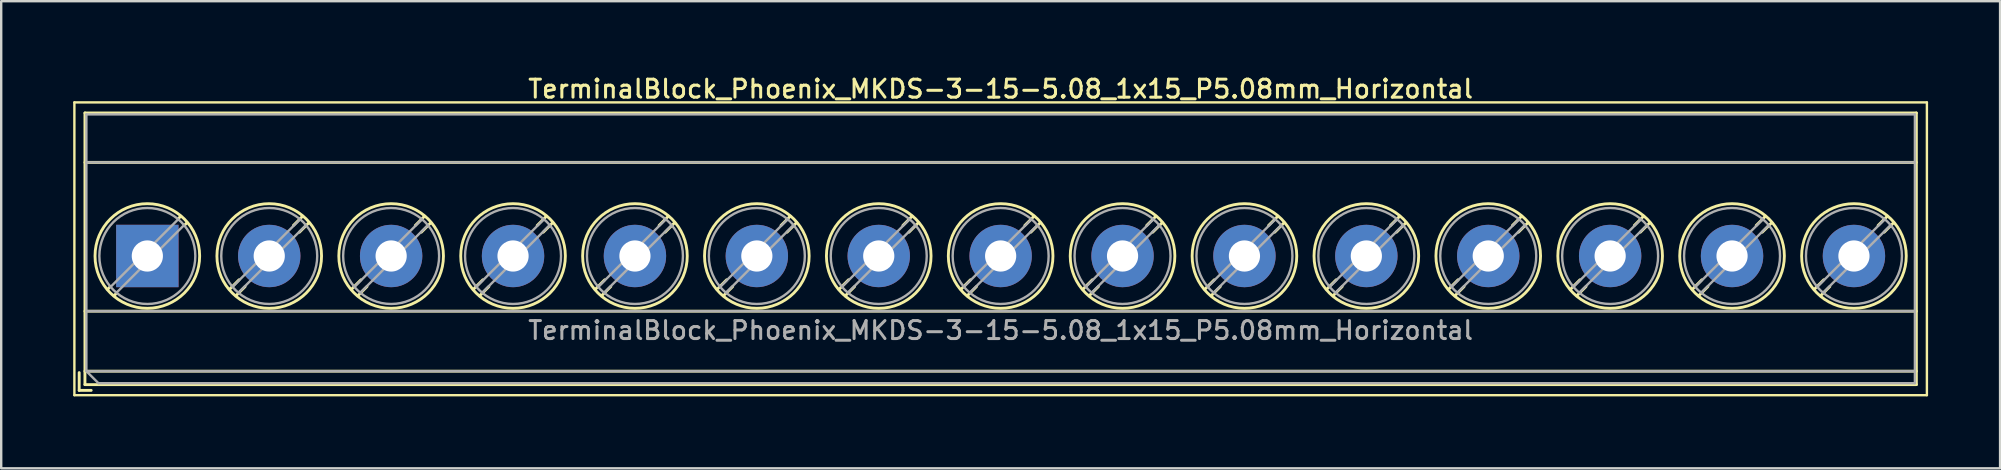
<source format=kicad_pcb>
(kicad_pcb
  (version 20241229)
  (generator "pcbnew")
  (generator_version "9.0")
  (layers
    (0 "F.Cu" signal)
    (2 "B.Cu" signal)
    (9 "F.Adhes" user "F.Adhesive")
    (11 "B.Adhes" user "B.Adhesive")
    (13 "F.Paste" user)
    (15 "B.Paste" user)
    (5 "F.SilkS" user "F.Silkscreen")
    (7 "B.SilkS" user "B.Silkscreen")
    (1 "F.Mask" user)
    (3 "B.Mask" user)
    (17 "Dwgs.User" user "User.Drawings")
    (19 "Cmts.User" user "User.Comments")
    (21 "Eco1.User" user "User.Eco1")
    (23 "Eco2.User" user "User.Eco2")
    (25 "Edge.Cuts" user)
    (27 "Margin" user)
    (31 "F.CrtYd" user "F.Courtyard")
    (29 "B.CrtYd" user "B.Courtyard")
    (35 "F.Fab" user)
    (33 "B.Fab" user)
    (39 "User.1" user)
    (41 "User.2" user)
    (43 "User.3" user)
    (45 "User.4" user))
  (footprint "TerminalBlock_Phoenix_MKDS-3-15-5.08_1x15_P5.08mm_Horizontal"
    (layer "F.Cu")
    (at 3.09 7.618)
    (property "Reference" "TerminalBlock_Phoenix_MKDS-3-15-5.08_1x15_P5.08mm_Horizontal" (at 35.56 -6.96 0) (layer "F.SilkS") (effects (font (size 0.75 0.75) (thickness 0.125))))
    (attr through_hole)
    (fp_line (start -3.04 -6.4) (end -3.04 5.8) (stroke (width 0.1) (type solid)) (layer "F.SilkS"))
    (fp_line (start -3.04 5.8) (end 74.16 5.8) (stroke (width 0.1) (type solid)) (layer "F.SilkS"))
    (fp_line (start -2.84 4.86) (end -2.84 5.6) (stroke (width 0.12) (type solid)) (layer "F.SilkS"))
    (fp_line (start -2.84 5.6) (end -2.34 5.6) (stroke (width 0.12) (type solid)) (layer "F.SilkS"))
    (fp_line (start -2.6 -5.96) (end -2.6 5.36) (stroke (width 0.12) (type solid)) (layer "F.SilkS"))
    (fp_line (start -2.6 -5.96) (end 73.721 -5.96) (stroke (width 0.12) (type solid)) (layer "F.SilkS"))
    (fp_line (start -2.6 -3.9) (end 73.721 -3.9) (stroke (width 0.12) (type solid)) (layer "F.SilkS"))
    (fp_line (start -2.6 2.3) (end 73.721 2.3) (stroke (width 0.12) (type solid)) (layer "F.SilkS"))
    (fp_line (start -2.6 4.8) (end 73.721 4.8) (stroke (width 0.12) (type solid)) (layer "F.SilkS"))
    (fp_line (start -2.6 5.36) (end 73.721 5.36) (stroke (width 0.12) (type solid)) (layer "F.SilkS"))
    (fp_line (start -1.548 1.281) (end -1.654 1.388) (stroke (width 0.12) (type solid)) (layer "F.SilkS"))
    (fp_line (start -1.282 1.547) (end -1.388 1.654) (stroke (width 0.12) (type solid)) (layer "F.SilkS"))
    (fp_line (start 1.388 -1.654) (end 1.281 -1.547) (stroke (width 0.12) (type solid)) (layer "F.SilkS"))
    (fp_line (start 1.654 -1.388) (end 1.547 -1.281) (stroke (width 0.12) (type solid)) (layer "F.SilkS"))
    (fp_line (start 3.822 0.992) (end 3.427 1.388) (stroke (width 0.12) (type solid)) (layer "F.SilkS"))
    (fp_line (start 4.073 1.274) (end 3.693 1.654) (stroke (width 0.12) (type solid)) (layer "F.SilkS"))
    (fp_line (start 6.468 -1.654) (end 6.088 -1.274) (stroke (width 0.12) (type solid)) (layer "F.SilkS"))
    (fp_line (start 6.734 -1.388) (end 6.339 -0.992) (stroke (width 0.12) (type solid)) (layer "F.SilkS"))
    (fp_line (start 8.902 0.992) (end 8.507 1.388) (stroke (width 0.12) (type solid)) (layer "F.SilkS"))
    (fp_line (start 9.153 1.274) (end 8.773 1.654) (stroke (width 0.12) (type solid)) (layer "F.SilkS"))
    (fp_line (start 11.548 -1.654) (end 11.168 -1.274) (stroke (width 0.12) (type solid)) (layer "F.SilkS"))
    (fp_line (start 11.814 -1.388) (end 11.419 -0.992) (stroke (width 0.12) (type solid)) (layer "F.SilkS"))
    (fp_line (start 13.982 0.992) (end 13.587 1.388) (stroke (width 0.12) (type solid)) (layer "F.SilkS"))
    (fp_line (start 14.233 1.274) (end 13.853 1.654) (stroke (width 0.12) (type solid)) (layer "F.SilkS"))
    (fp_line (start 16.628 -1.654) (end 16.248 -1.274) (stroke (width 0.12) (type solid)) (layer "F.SilkS"))
    (fp_line (start 16.894 -1.388) (end 16.499 -0.992) (stroke (width 0.12) (type solid)) (layer "F.SilkS"))
    (fp_line (start 19.062 0.992) (end 18.667 1.388) (stroke (width 0.12) (type solid)) (layer "F.SilkS"))
    (fp_line (start 19.313 1.274) (end 18.933 1.654) (stroke (width 0.12) (type solid)) (layer "F.SilkS"))
    (fp_line (start 21.708 -1.654) (end 21.328 -1.274) (stroke (width 0.12) (type solid)) (layer "F.SilkS"))
    (fp_line (start 21.974 -1.388) (end 21.579 -0.992) (stroke (width 0.12) (type solid)) (layer "F.SilkS"))
    (fp_line (start 24.142 0.992) (end 23.747 1.388) (stroke (width 0.12) (type solid)) (layer "F.SilkS"))
    (fp_line (start 24.393 1.274) (end 24.013 1.654) (stroke (width 0.12) (type solid)) (layer "F.SilkS"))
    (fp_line (start 26.788 -1.654) (end 26.408 -1.274) (stroke (width 0.12) (type solid)) (layer "F.SilkS"))
    (fp_line (start 27.054 -1.388) (end 26.659 -0.992) (stroke (width 0.12) (type solid)) (layer "F.SilkS"))
    (fp_line (start 29.222 0.992) (end 28.827 1.388) (stroke (width 0.12) (type solid)) (layer "F.SilkS"))
    (fp_line (start 29.473 1.274) (end 29.093 1.654) (stroke (width 0.12) (type solid)) (layer "F.SilkS"))
    (fp_line (start 31.868 -1.654) (end 31.488 -1.274) (stroke (width 0.12) (type solid)) (layer "F.SilkS"))
    (fp_line (start 32.134 -1.388) (end 31.739 -0.992) (stroke (width 0.12) (type solid)) (layer "F.SilkS"))
    (fp_line (start 34.302 0.992) (end 33.907 1.388) (stroke (width 0.12) (type solid)) (layer "F.SilkS"))
    (fp_line (start 34.553 1.274) (end 34.173 1.654) (stroke (width 0.12) (type solid)) (layer "F.SilkS"))
    (fp_line (start 36.948 -1.654) (end 36.568 -1.274) (stroke (width 0.12) (type solid)) (layer "F.SilkS"))
    (fp_line (start 37.214 -1.388) (end 36.819 -0.992) (stroke (width 0.12) (type solid)) (layer "F.SilkS"))
    (fp_line (start 39.382 0.992) (end 38.987 1.388) (stroke (width 0.12) (type solid)) (layer "F.SilkS"))
    (fp_line (start 39.633 1.274) (end 39.253 1.654) (stroke (width 0.12) (type solid)) (layer "F.SilkS"))
    (fp_line (start 42.028 -1.654) (end 41.648 -1.274) (stroke (width 0.12) (type solid)) (layer "F.SilkS"))
    (fp_line (start 42.294 -1.388) (end 41.899 -0.992) (stroke (width 0.12) (type solid)) (layer "F.SilkS"))
    (fp_line (start 44.462 0.992) (end 44.067 1.388) (stroke (width 0.12) (type solid)) (layer "F.SilkS"))
    (fp_line (start 44.713 1.274) (end 44.333 1.654) (stroke (width 0.12) (type solid)) (layer "F.SilkS"))
    (fp_line (start 47.108 -1.654) (end 46.728 -1.274) (stroke (width 0.12) (type solid)) (layer "F.SilkS"))
    (fp_line (start 47.374 -1.388) (end 46.979 -0.992) (stroke (width 0.12) (type solid)) (layer "F.SilkS"))
    (fp_line (start 49.542 0.992) (end 49.147 1.388) (stroke (width 0.12) (type solid)) (layer "F.SilkS"))
    (fp_line (start 49.793 1.274) (end 49.413 1.654) (stroke (width 0.12) (type solid)) (layer "F.SilkS"))
    (fp_line (start 52.188 -1.654) (end 51.808 -1.274) (stroke (width 0.12) (type solid)) (layer "F.SilkS"))
    (fp_line (start 52.454 -1.388) (end 52.059 -0.992) (stroke (width 0.12) (type solid)) (layer "F.SilkS"))
    (fp_line (start 54.622 0.992) (end 54.227 1.388) (stroke (width 0.12) (type solid)) (layer "F.SilkS"))
    (fp_line (start 54.873 1.274) (end 54.493 1.654) (stroke (width 0.12) (type solid)) (layer "F.SilkS"))
    (fp_line (start 57.268 -1.654) (end 56.888 -1.274) (stroke (width 0.12) (type solid)) (layer "F.SilkS"))
    (fp_line (start 57.534 -1.388) (end 57.139 -0.992) (stroke (width 0.12) (type solid)) (layer "F.SilkS"))
    (fp_line (start 59.702 0.992) (end 59.307 1.388) (stroke (width 0.12) (type solid)) (layer "F.SilkS"))
    (fp_line (start 59.953 1.274) (end 59.573 1.654) (stroke (width 0.12) (type solid)) (layer "F.SilkS"))
    (fp_line (start 62.348 -1.654) (end 61.968 -1.274) (stroke (width 0.12) (type solid)) (layer "F.SilkS"))
    (fp_line (start 62.614 -1.388) (end 62.219 -0.992) (stroke (width 0.12) (type solid)) (layer "F.SilkS"))
    (fp_line (start 64.782 0.992) (end 64.387 1.388) (stroke (width 0.12) (type solid)) (layer "F.SilkS"))
    (fp_line (start 65.033 1.274) (end 64.653 1.654) (stroke (width 0.12) (type solid)) (layer "F.SilkS"))
    (fp_line (start 67.428 -1.654) (end 67.048 -1.274) (stroke (width 0.12) (type solid)) (layer "F.SilkS"))
    (fp_line (start 67.694 -1.388) (end 67.299 -0.992) (stroke (width 0.12) (type solid)) (layer "F.SilkS"))
    (fp_line (start 69.862 0.992) (end 69.467 1.388) (stroke (width 0.12) (type solid)) (layer "F.SilkS"))
    (fp_line (start 70.113 1.274) (end 69.733 1.654) (stroke (width 0.12) (type solid)) (layer "F.SilkS"))
    (fp_line (start 72.508 -1.654) (end 72.128 -1.274) (stroke (width 0.12) (type solid)) (layer "F.SilkS"))
    (fp_line (start 72.774 -1.388) (end 72.379 -0.992) (stroke (width 0.12) (type solid)) (layer "F.SilkS"))
    (fp_line (start 73.721 -5.96) (end 73.721 5.36) (stroke (width 0.12) (type solid)) (layer "F.SilkS"))
    (fp_line (start 74.16 -6.4) (end -3.04 -6.4) (stroke (width 0.1) (type solid)) (layer "F.SilkS"))
    (fp_line (start 74.16 5.8) (end 74.16 -6.4) (stroke (width 0.1) (type solid)) (layer "F.SilkS"))
    (fp_circle (center 0 0) (end 2.18 0) (stroke (width 0.12) (type solid)) (fill no) (layer "F.SilkS"))
    (fp_circle (center 5.08 0) (end 7.26 0) (stroke (width 0.12) (type solid)) (fill no) (layer "F.SilkS"))
    (fp_circle (center 10.16 0) (end 12.34 0) (stroke (width 0.12) (type solid)) (fill no) (layer "F.SilkS"))
    (fp_circle (center 15.24 0) (end 17.42 0) (stroke (width 0.12) (type solid)) (fill no) (layer "F.SilkS"))
    (fp_circle (center 20.32 0) (end 22.5 0) (stroke (width 0.12) (type solid)) (fill no) (layer "F.SilkS"))
    (fp_circle (center 25.4 0) (end 27.58 0) (stroke (width 0.12) (type solid)) (fill no) (layer "F.SilkS"))
    (fp_circle (center 30.48 0) (end 32.66 0) (stroke (width 0.12) (type solid)) (fill no) (layer "F.SilkS"))
    (fp_circle (center 35.56 0) (end 37.74 0) (stroke (width 0.12) (type solid)) (fill no) (layer "F.SilkS"))
    (fp_circle (center 40.64 0) (end 42.82 0) (stroke (width 0.12) (type solid)) (fill no) (layer "F.SilkS"))
    (fp_circle (center 45.72 0) (end 47.9 0) (stroke (width 0.12) (type solid)) (fill no) (layer "F.SilkS"))
    (fp_circle (center 50.8 0) (end 52.98 0) (stroke (width 0.12) (type solid)) (fill no) (layer "F.SilkS"))
    (fp_circle (center 55.88 0) (end 58.06 0) (stroke (width 0.12) (type solid)) (fill no) (layer "F.SilkS"))
    (fp_circle (center 60.96 0) (end 63.14 0) (stroke (width 0.12) (type solid)) (fill no) (layer "F.SilkS"))
    (fp_circle (center 66.04 0) (end 68.22 0) (stroke (width 0.12) (type solid)) (fill no) (layer "F.SilkS"))
    (fp_circle (center 71.12 0) (end 73.3 0) (stroke (width 0.12) (type solid)) (fill no) (layer "F.SilkS"))
    (fp_line (start -2.54 -5.9) (end 73.66 -5.9) (stroke (width 0.1) (type solid)) (layer "F.Fab"))
    (fp_line (start -2.54 -3.9) (end 73.66 -3.9) (stroke (width 0.1) (type solid)) (layer "F.Fab"))
    (fp_line (start -2.54 2.3) (end 73.66 2.3) (stroke (width 0.1) (type solid)) (layer "F.Fab"))
    (fp_line (start -2.54 4.8) (end -2.54 -5.9) (stroke (width 0.1) (type solid)) (layer "F.Fab"))
    (fp_line (start -2.54 4.8) (end 73.66 4.8) (stroke (width 0.1) (type solid)) (layer "F.Fab"))
    (fp_line (start -2.04 5.3) (end -2.54 4.8) (stroke (width 0.1) (type solid)) (layer "F.Fab"))
    (fp_line (start 1.273 -1.517) (end -1.517 1.273) (stroke (width 0.1) (type solid)) (layer "F.Fab"))
    (fp_line (start 1.517 -1.273) (end -1.273 1.517) (stroke (width 0.1) (type solid)) (layer "F.Fab"))
    (fp_line (start 6.353 -1.517) (end 3.564 1.273) (stroke (width 0.1) (type solid)) (layer "F.Fab"))
    (fp_line (start 6.597 -1.273) (end 3.808 1.517) (stroke (width 0.1) (type solid)) (layer "F.Fab"))
    (fp_line (start 11.433 -1.517) (end 8.644 1.273) (stroke (width 0.1) (type solid)) (layer "F.Fab"))
    (fp_line (start 11.677 -1.273) (end 8.888 1.517) (stroke (width 0.1) (type solid)) (layer "F.Fab"))
    (fp_line (start 16.513 -1.517) (end 13.724 1.273) (stroke (width 0.1) (type solid)) (layer "F.Fab"))
    (fp_line (start 16.757 -1.273) (end 13.968 1.517) (stroke (width 0.1) (type solid)) (layer "F.Fab"))
    (fp_line (start 21.593 -1.517) (end 18.804 1.273) (stroke (width 0.1) (type solid)) (layer "F.Fab"))
    (fp_line (start 21.837 -1.273) (end 19.048 1.517) (stroke (width 0.1) (type solid)) (layer "F.Fab"))
    (fp_line (start 26.673 -1.517) (end 23.884 1.273) (stroke (width 0.1) (type solid)) (layer "F.Fab"))
    (fp_line (start 26.917 -1.273) (end 24.128 1.517) (stroke (width 0.1) (type solid)) (layer "F.Fab"))
    (fp_line (start 31.753 -1.517) (end 28.964 1.273) (stroke (width 0.1) (type solid)) (layer "F.Fab"))
    (fp_line (start 31.997 -1.273) (end 29.208 1.517) (stroke (width 0.1) (type solid)) (layer "F.Fab"))
    (fp_line (start 36.833 -1.517) (end 34.044 1.273) (stroke (width 0.1) (type solid)) (layer "F.Fab"))
    (fp_line (start 37.077 -1.273) (end 34.288 1.517) (stroke (width 0.1) (type solid)) (layer "F.Fab"))
    (fp_line (start 41.913 -1.517) (end 39.124 1.273) (stroke (width 0.1) (type solid)) (layer "F.Fab"))
    (fp_line (start 42.157 -1.273) (end 39.368 1.517) (stroke (width 0.1) (type solid)) (layer "F.Fab"))
    (fp_line (start 46.993 -1.517) (end 44.204 1.273) (stroke (width 0.1) (type solid)) (layer "F.Fab"))
    (fp_line (start 47.237 -1.273) (end 44.448 1.517) (stroke (width 0.1) (type solid)) (layer "F.Fab"))
    (fp_line (start 52.073 -1.517) (end 49.284 1.273) (stroke (width 0.1) (type solid)) (layer "F.Fab"))
    (fp_line (start 52.317 -1.273) (end 49.528 1.517) (stroke (width 0.1) (type solid)) (layer "F.Fab"))
    (fp_line (start 57.153 -1.517) (end 54.364 1.273) (stroke (width 0.1) (type solid)) (layer "F.Fab"))
    (fp_line (start 57.397 -1.273) (end 54.608 1.517) (stroke (width 0.1) (type solid)) (layer "F.Fab"))
    (fp_line (start 62.233 -1.517) (end 59.444 1.273) (stroke (width 0.1) (type solid)) (layer "F.Fab"))
    (fp_line (start 62.477 -1.273) (end 59.688 1.517) (stroke (width 0.1) (type solid)) (layer "F.Fab"))
    (fp_line (start 67.313 -1.517) (end 64.524 1.273) (stroke (width 0.1) (type solid)) (layer "F.Fab"))
    (fp_line (start 67.557 -1.273) (end 64.768 1.517) (stroke (width 0.1) (type solid)) (layer "F.Fab"))
    (fp_line (start 72.393 -1.517) (end 69.604 1.273) (stroke (width 0.1) (type solid)) (layer "F.Fab"))
    (fp_line (start 72.637 -1.273) (end 69.848 1.517) (stroke (width 0.1) (type solid)) (layer "F.Fab"))
    (fp_line (start 73.66 -5.9) (end 73.66 5.3) (stroke (width 0.1) (type solid)) (layer "F.Fab"))
    (fp_line (start 73.66 5.3) (end -2.04 5.3) (stroke (width 0.1) (type solid)) (layer "F.Fab"))
    (fp_circle (center 0 0) (end 2 0) (stroke (width 0.1) (type solid)) (fill no) (layer "F.Fab"))
    (fp_circle (center 5.08 0) (end 7.08 0) (stroke (width 0.1) (type solid)) (fill no) (layer "F.Fab"))
    (fp_circle (center 10.16 0) (end 12.16 0) (stroke (width 0.1) (type solid)) (fill no) (layer "F.Fab"))
    (fp_circle (center 15.24 0) (end 17.24 0) (stroke (width 0.1) (type solid)) (fill no) (layer "F.Fab"))
    (fp_circle (center 20.32 0) (end 22.32 0) (stroke (width 0.1) (type solid)) (fill no) (layer "F.Fab"))
    (fp_circle (center 25.4 0) (end 27.4 0) (stroke (width 0.1) (type solid)) (fill no) (layer "F.Fab"))
    (fp_circle (center 30.48 0) (end 32.48 0) (stroke (width 0.1) (type solid)) (fill no) (layer "F.Fab"))
    (fp_circle (center 35.56 0) (end 37.56 0) (stroke (width 0.1) (type solid)) (fill no) (layer "F.Fab"))
    (fp_circle (center 40.64 0) (end 42.64 0) (stroke (width 0.1) (type solid)) (fill no) (layer "F.Fab"))
    (fp_circle (center 45.72 0) (end 47.72 0) (stroke (width 0.1) (type solid)) (fill no) (layer "F.Fab"))
    (fp_circle (center 50.8 0) (end 52.8 0) (stroke (width 0.1) (type solid)) (fill no) (layer "F.Fab"))
    (fp_circle (center 55.88 0) (end 57.88 0) (stroke (width 0.1) (type solid)) (fill no) (layer "F.Fab"))
    (fp_circle (center 60.96 0) (end 62.96 0) (stroke (width 0.1) (type solid)) (fill no) (layer "F.Fab"))
    (fp_circle (center 66.04 0) (end 68.04 0) (stroke (width 0.1) (type solid)) (fill no) (layer "F.Fab"))
    (fp_circle (center 71.12 0) (end 73.12 0) (stroke (width 0.1) (type solid)) (fill no) (layer "F.Fab"))
    (fp_text user "${REFERENCE}" (at 35.56 3.1 0) (layer "F.Fab") (effects (font (size 0.75 0.75) (thickness 0.125))))
    (pad "1" thru_hole rect (at 0 0) (size 2.6 2.6) (drill 1.3) (layers "*.Cu" "*.Mask"))
    (pad "2" thru_hole circle (at 5.08 0) (size 2.6 2.6) (drill 1.3) (layers "*.Cu" "*.Mask"))
    (pad "3" thru_hole circle (at 10.16 0) (size 2.6 2.6) (drill 1.3) (layers "*.Cu" "*.Mask"))
    (pad "4" thru_hole circle (at 15.24 0) (size 2.6 2.6) (drill 1.3) (layers "*.Cu" "*.Mask"))
    (pad "5" thru_hole circle (at 20.32 0) (size 2.6 2.6) (drill 1.3) (layers "*.Cu" "*.Mask"))
    (pad "6" thru_hole circle (at 25.4 0) (size 2.6 2.6) (drill 1.3) (layers "*.Cu" "*.Mask"))
    (pad "7" thru_hole circle (at 30.48 0) (size 2.6 2.6) (drill 1.3) (layers "*.Cu" "*.Mask"))
    (pad "8" thru_hole circle (at 35.56 0) (size 2.6 2.6) (drill 1.3) (layers "*.Cu" "*.Mask"))
    (pad "9" thru_hole circle (at 40.64 0) (size 2.6 2.6) (drill 1.3) (layers "*.Cu" "*.Mask"))
    (pad "10" thru_hole circle (at 45.72 0) (size 2.6 2.6) (drill 1.3) (layers "*.Cu" "*.Mask"))
    (pad "11" thru_hole circle (at 50.8 0) (size 2.6 2.6) (drill 1.3) (layers "*.Cu" "*.Mask"))
    (pad "12" thru_hole circle (at 55.88 0) (size 2.6 2.6) (drill 1.3) (layers "*.Cu" "*.Mask"))
    (pad "13" thru_hole circle (at 60.96 0) (size 2.6 2.6) (drill 1.3) (layers "*.Cu" "*.Mask"))
    (pad "14" thru_hole circle (at 66.04 0) (size 2.6 2.6) (drill 1.3) (layers "*.Cu" "*.Mask"))
    (pad "15" thru_hole circle (at 71.12 0) (size 2.6 2.6) (drill 1.3) (layers "*.Cu" "*.Mask")))
  (gr_rect
    (start -3 -3)
    (end 80.3 16.468)
    (stroke (width 0.1) (type default))
    (fill no)
    (layer "Edge.Cuts")))
</source>
